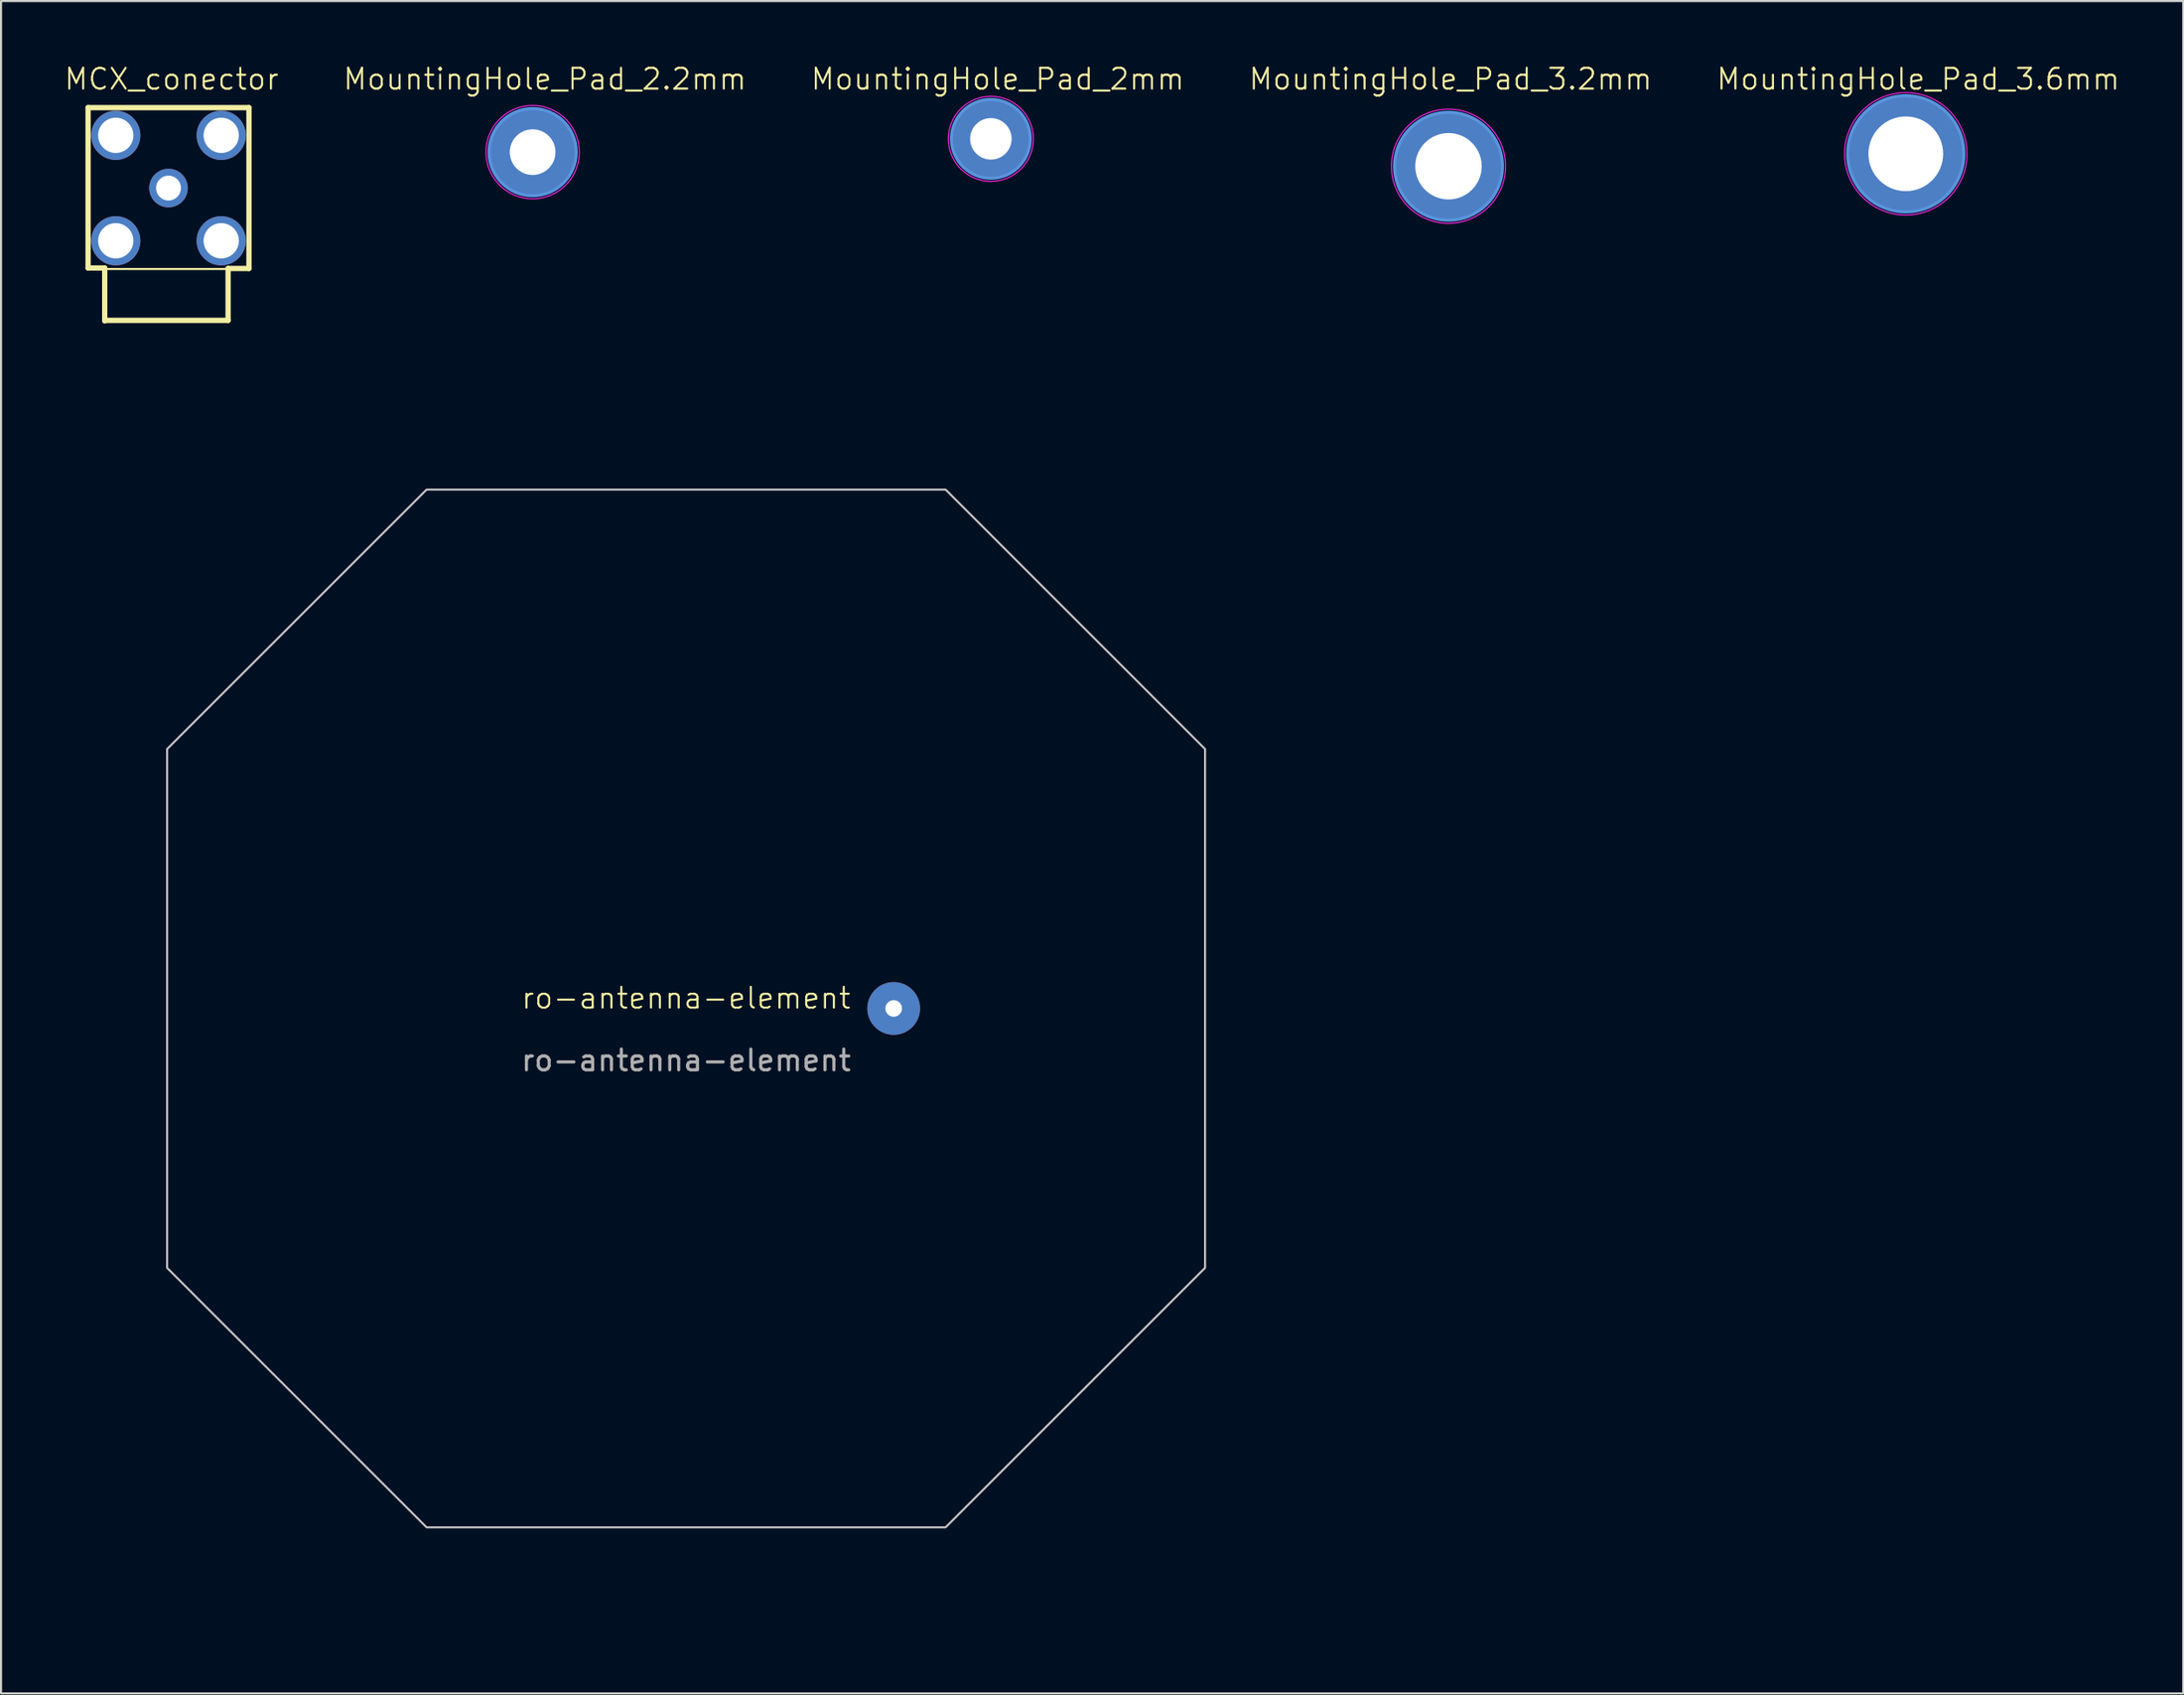
<source format=kicad_pcb>
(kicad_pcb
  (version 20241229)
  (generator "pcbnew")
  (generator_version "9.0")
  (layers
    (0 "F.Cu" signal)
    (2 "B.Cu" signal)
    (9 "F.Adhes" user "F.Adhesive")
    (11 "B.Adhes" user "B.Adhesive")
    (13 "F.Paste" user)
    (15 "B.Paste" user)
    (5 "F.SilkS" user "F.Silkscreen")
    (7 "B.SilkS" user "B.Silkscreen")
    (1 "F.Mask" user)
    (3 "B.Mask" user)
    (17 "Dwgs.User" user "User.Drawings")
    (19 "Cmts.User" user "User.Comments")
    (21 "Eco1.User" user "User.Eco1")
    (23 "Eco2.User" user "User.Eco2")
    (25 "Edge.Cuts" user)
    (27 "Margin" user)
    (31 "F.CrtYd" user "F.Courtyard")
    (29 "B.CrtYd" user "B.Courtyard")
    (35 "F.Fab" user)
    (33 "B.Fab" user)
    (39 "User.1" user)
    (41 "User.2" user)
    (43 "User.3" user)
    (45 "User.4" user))
  (footprint "MountingHole_Pad_3.2mm"
    (layer "F.Cu")
    (at 66.726 4.96)
    (property "Reference" "MountingHole_Pad_3.2mm" (at 0.1 -4.2 0) (unlocked yes) (layer "F.SilkS") (effects (font (size 1 1) (thickness 0.1))))
    (attr through_hole)
    (fp_circle (center 0 0) (end 2.6 0) (stroke (width 0.15) (type solid)) (fill no) (layer "Cmts.User"))
    (fp_circle (center 0 0) (end 2.75 0) (stroke (width 0.05) (type solid)) (fill no) (layer "F.CrtYd"))
    (pad "1" thru_hole circle (at 0 0) (size 5.2 5.2) (drill 3.2) (layers "*.Cu" "*.Mask")))
  (footprint "MCX_conector"
    (layer "F.Cu")
    (at 5.067 6.011)
    (property "Reference" "MCX_conector" (at 0.15 -5.25 0) (unlocked yes) (layer "F.SilkS") (effects (font (size 1 1) (thickness 0.1))))
    (attr smd)
    (fp_line (start -3.875 -3.875) (end 3.875 -3.875) (stroke (width 0.254) (type solid)) (layer "F.SilkS"))
    (fp_line (start -3.875 3.85) (end -3.875 -3.875) (stroke (width 0.254) (type solid)) (layer "F.SilkS"))
    (fp_line (start -3.875 3.85) (end -3.073 3.85) (stroke (width 0.254) (type solid)) (layer "F.SilkS"))
    (fp_line (start -3.073 6.401) (end -3.073 3.85) (stroke (width 0.254) (type solid)) (layer "F.SilkS"))
    (fp_line (start -3.048 6.375) (end 2.87 6.375) (stroke (width 0.254) (type solid)) (layer "F.SilkS"))
    (fp_line (start -3.035 3.9) (end 2.835 3.9) (stroke (width 0.1) (type solid)) (layer "F.SilkS"))
    (fp_line (start 2.87 3.875) (end 3.875 3.875) (stroke (width 0.254) (type solid)) (layer "F.SilkS"))
    (fp_line (start 2.87 6.375) (end 2.87 3.875) (stroke (width 0.254) (type solid)) (layer "F.SilkS"))
    (fp_line (start 3.875 3.875) (end 3.875 -3.875) (stroke (width 0.254) (type solid)) (layer "F.SilkS"))
    (fp_text user "${REFERENCE}" (at -2.4 -4.8 0) (unlocked yes) (layer "Eco1.User") (effects (font (size 0.5 0.5) (thickness 0.1)) (justify left bottom)))
    (pad "0" thru_hole circle (at -2.54 -2.54) (size 2.37 2.37) (drill 1.7) (layers "*.Cu" "*.Mask"))
    (pad "0" thru_hole circle (at -2.54 2.54) (size 2.37 2.37) (drill 1.7) (layers "*.Cu" "*.Mask"))
    (pad "0" thru_hole circle (at 2.54 -2.54) (size 2.37 2.37) (drill 1.7) (layers "*.Cu" "*.Mask"))
    (pad "0" thru_hole circle (at 2.54 2.54) (size 2.37 2.37) (drill 1.7) (layers "*.Cu" "*.Mask"))
    (pad "1" thru_hole circle (at 0 0) (size 1.86 1.86) (drill 1.2) (layers "*.Cu" "*.Mask")))
  (footprint "MountingHole_Pad_2.2mm"
    (layer "F.Cu")
    (at 22.608 4.28)
    (property "Reference" "MountingHole_Pad_2.2mm" (at 0.59 -3.52 0) (unlocked yes) (layer "F.SilkS") (effects (font (size 1 1) (thickness 0.1))))
    (attr through_hole)
    (fp_circle (center 0 0) (end 2.1 0) (stroke (width 0.15) (type solid)) (fill no) (layer "Cmts.User"))
    (fp_circle (center 0 0) (end 2.25 0) (stroke (width 0.05) (type solid)) (fill no) (layer "F.CrtYd"))
    (pad "1" thru_hole circle (at 0 0) (size 4.2 4.2) (drill 2.2) (layers "*.Cu" "*.Mask")))
  (footprint "MountingHole_Pad_2mm"
    (layer "F.Cu")
    (at 44.682 3.64)
    (property "Reference" "MountingHole_Pad_2mm" (at 0.33 -2.88 0) (unlocked yes) (layer "F.SilkS") (effects (font (size 1 1) (thickness 0.1))))
    (attr through_hole)
    (fp_circle (center 0 0) (end 1.9 0) (stroke (width 0.15) (type solid)) (fill no) (layer "Cmts.User"))
    (fp_circle (center 0 0) (end 2.05 0) (stroke (width 0.05) (type solid)) (fill no) (layer "F.CrtYd"))
    (pad "1" thru_hole circle (at 0 0) (size 3.8 3.8) (drill 2) (layers "*.Cu" "*.Mask")))
  (footprint "ro-antenna-element"
    (layer "F.Cu")
    (at 30 45.538)
    (property "Reference" "ro-antenna-element" (at 0 -0.5 0) (unlocked yes) (layer "F.SilkS") (effects (font (size 1 1) (thickness 0.1))))
    (attr board_only exclude_from_pos_files exclude_from_bom)
    (fp_poly (pts (xy -25 -12.5) (xy -12.5 -25) (xy 12.5 -25) (xy 25 -12.5) (xy 25 12.5) (xy 12.5 25) (xy -12.5 25) (xy -25 12.5)) (stroke (width 0.1) (type solid)) (fill no) (layer "Dwgs.User"))
    (fp_text user "${REFERENCE}" (at 0 2.5 0) (unlocked yes) (layer "F.Fab") (effects (font (size 1 1) (thickness 0.15))))
    (pad "1" thru_hole circle (at 10 0) (size 2.54 2.54) (drill 0.8) (layers "*.Cu" "*.Mask"))
    (zone (net_name "") (layer "B.Cu") (hatch edge 0.5) (connect_pads) (min_thickness 0.25) (filled_areas_thickness no) (keepout (tracks not_allowed) (vias allowed) (pads allowed) (copperpour allowed) (footprints not_allowed)) (placement (enabled no)) (fill) (polygon (pts (xy 0 15.538) (xy 60 15.538) (xy 60 75.538) (xy 0 75.538)))))
  (footprint "MountingHole_Pad_3.6mm"
    (layer "F.Cu")
    (at 88.755 4.361)
    (property "Reference" "MountingHole_Pad_3.6mm" (at 0.6 -3.6 0) (unlocked yes) (layer "F.SilkS") (effects (font (size 1 1) (thickness 0.1))))
    (attr through_hole)
    (fp_circle (center 0 0) (end 2.8 0) (stroke (width 0.15) (type solid)) (fill no) (layer "Cmts.User"))
    (fp_circle (center 0 0) (end 2.95 0) (stroke (width 0.05) (type solid)) (fill no) (layer "F.CrtYd"))
    (pad "1" thru_hole circle (at 0 0) (size 5.6 5.6) (drill 3.6) (layers "*.Cu" "*.Mask")))
  (gr_rect
    (start -3 -3)
    (end 102.119 78.538)
    (stroke (width 0.1) (type default))
    (fill no)
    (layer "Edge.Cuts")))
</source>
